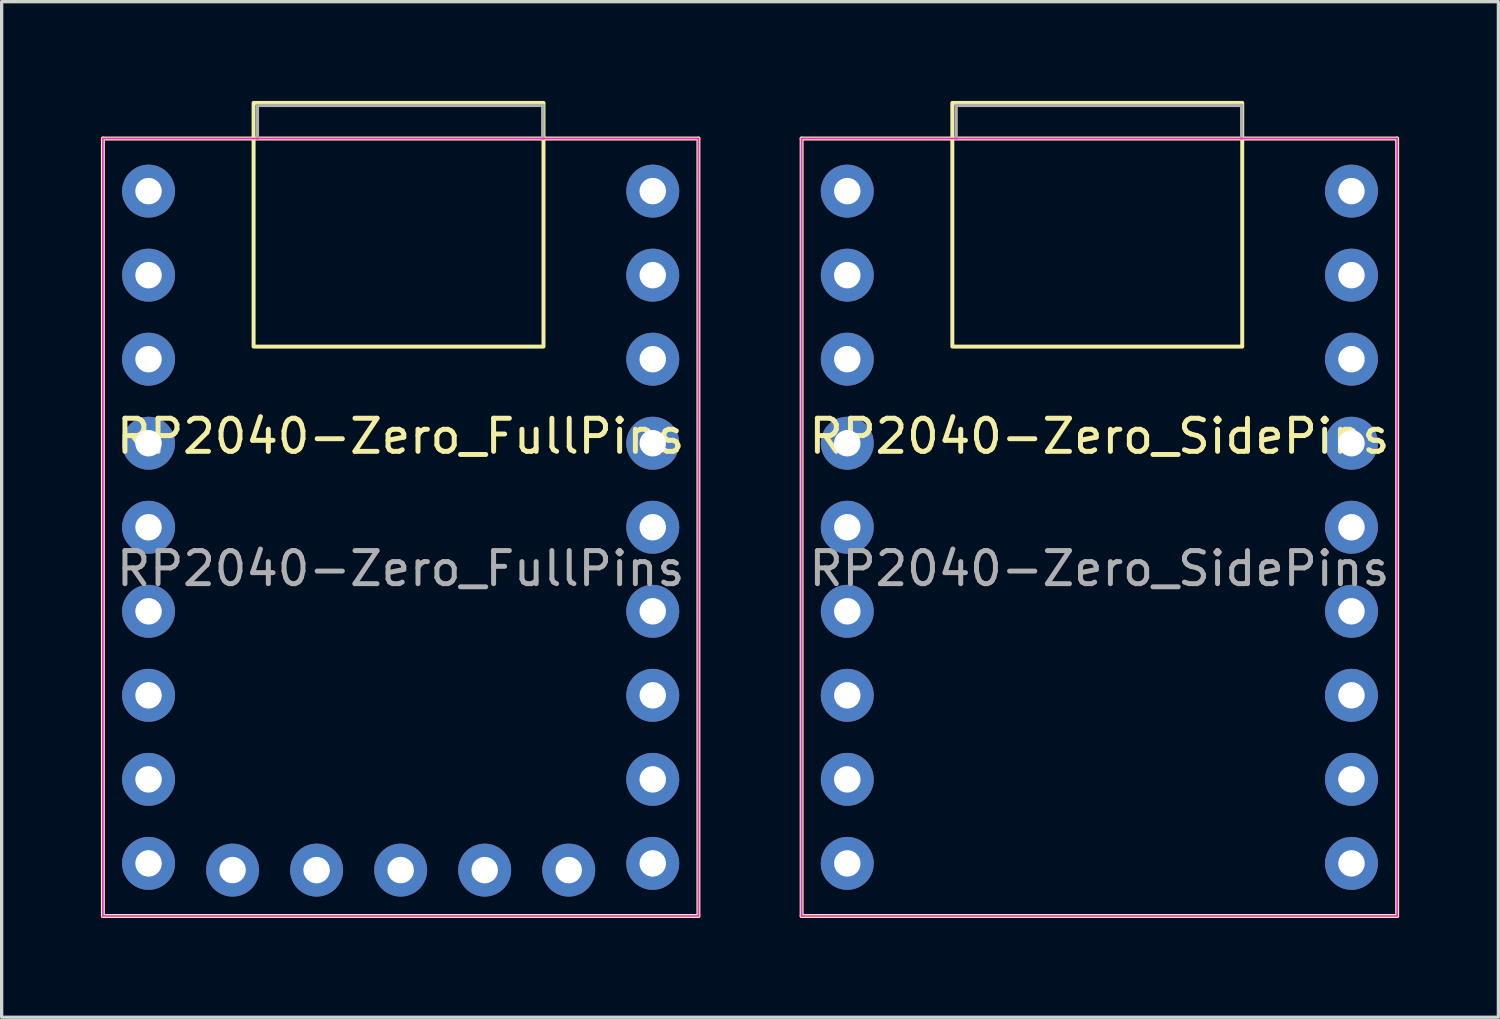
<source format=kicad_pcb>
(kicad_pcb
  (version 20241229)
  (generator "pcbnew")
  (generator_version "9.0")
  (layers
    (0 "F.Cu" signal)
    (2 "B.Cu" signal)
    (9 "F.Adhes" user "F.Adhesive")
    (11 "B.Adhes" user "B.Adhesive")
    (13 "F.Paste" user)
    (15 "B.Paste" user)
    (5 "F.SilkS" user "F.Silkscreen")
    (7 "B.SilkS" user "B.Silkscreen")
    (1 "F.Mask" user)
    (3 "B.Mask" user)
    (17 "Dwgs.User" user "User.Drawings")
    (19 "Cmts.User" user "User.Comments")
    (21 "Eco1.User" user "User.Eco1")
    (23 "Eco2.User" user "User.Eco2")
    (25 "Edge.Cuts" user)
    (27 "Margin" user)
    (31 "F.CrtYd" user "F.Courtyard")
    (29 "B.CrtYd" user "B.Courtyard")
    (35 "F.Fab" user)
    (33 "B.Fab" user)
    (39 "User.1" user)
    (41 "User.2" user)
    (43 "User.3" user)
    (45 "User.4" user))
  (footprint "RP2040-Zero_FullPins"
    (layer "F.Cu")
    (at 1.44 2.727)
    (property "Reference" "RP2040-Zero_FullPins" (at 7.62 7.41 0) (unlocked yes) (layer "F.SilkS") (effects (font (size 1 1) (thickness 0.15))))
    (attr through_hole)
    (fp_line (start -1.38 -1.59) (end -1.38 21.91) (stroke (width 0.12) (type solid)) (layer "F.SilkS"))
    (fp_line (start -1.38 21.91) (end 16.62 21.91) (stroke (width 0.12) (type solid)) (layer "F.SilkS"))
    (fp_line (start 16.62 -1.59) (end -1.38 -1.59) (stroke (width 0.12) (type solid)) (layer "F.SilkS"))
    (fp_line (start 16.62 21.91) (end 16.62 -1.59) (stroke (width 0.12) (type solid)) (layer "F.SilkS"))
    (fp_rect (start 3.175 -2.667) (end 11.938 4.699) (stroke (width 0.12) (type solid)) (fill no) (layer "F.SilkS"))
    (fp_line (start -1.38 -1.59) (end 16.62 -1.59) (stroke (width 0.05) (type solid)) (layer "F.CrtYd"))
    (fp_line (start -1.38 21.91) (end -1.38 -1.59) (stroke (width 0.05) (type solid)) (layer "F.CrtYd"))
    (fp_line (start 16.62 -1.59) (end 16.62 21.91) (stroke (width 0.05) (type solid)) (layer "F.CrtYd"))
    (fp_line (start 16.62 21.91) (end -1.38 21.91) (stroke (width 0.05) (type solid)) (layer "F.CrtYd"))
    (fp_line (start 3.29 -2.59) (end 3.29 -1.59) (stroke (width 0.1) (type solid)) (layer "F.Fab"))
    (fp_line (start 3.29 -2.59) (end 11.92 -2.59) (stroke (width 0.1) (type solid)) (layer "F.Fab"))
    (fp_line (start 11.92 -2.59) (end 11.92 -1.59) (stroke (width 0.1) (type solid)) (layer "F.Fab"))
    (fp_text user "${REFERENCE}" (at 7.62 11.41 0) (unlocked yes) (layer "F.Fab") (effects (font (size 1 1) (thickness 0.15))))
    (pad "1" thru_hole circle (at 15.24 0) (size 1.6 1.6) (drill 0.8) (layers "*.Cu" "*.Mask"))
    (pad "2" thru_hole circle (at 15.24 2.54) (size 1.6 1.6) (drill 0.8) (layers "*.Cu" "*.Mask"))
    (pad "3" thru_hole circle (at 15.24 5.08) (size 1.6 1.6) (drill 0.8) (layers "*.Cu" "*.Mask"))
    (pad "4" thru_hole circle (at 15.24 7.62) (size 1.6 1.6) (drill 0.8) (layers "*.Cu" "*.Mask"))
    (pad "5" thru_hole circle (at 15.24 10.16) (size 1.6 1.6) (drill 0.8) (layers "*.Cu" "*.Mask"))
    (pad "6" thru_hole circle (at 15.24 12.7) (size 1.6 1.6) (drill 0.8) (layers "*.Cu" "*.Mask"))
    (pad "7" thru_hole circle (at 15.24 15.24) (size 1.6 1.6) (drill 0.8) (layers "*.Cu" "*.Mask"))
    (pad "8" thru_hole circle (at 15.24 17.78) (size 1.6 1.6) (drill 0.8) (layers "*.Cu" "*.Mask"))
    (pad "9" thru_hole circle (at 15.24 20.32) (size 1.6 1.6) (drill 0.8) (layers "*.Cu" "*.Mask"))
    (pad "10" thru_hole circle (at 12.7 20.523) (size 1.6 1.6) (drill 0.8) (layers "*.Cu" "*.Mask"))
    (pad "11" thru_hole circle (at 10.16 20.523) (size 1.6 1.6) (drill 0.8) (layers "*.Cu" "*.Mask"))
    (pad "12" thru_hole circle (at 7.62 20.523) (size 1.6 1.6) (drill 0.8) (layers "*.Cu" "*.Mask"))
    (pad "13" thru_hole circle (at 5.08 20.523) (size 1.6 1.6) (drill 0.8) (layers "*.Cu" "*.Mask"))
    (pad "14" thru_hole circle (at 2.54 20.523) (size 1.6 1.6) (drill 0.8) (layers "*.Cu" "*.Mask"))
    (pad "15" thru_hole circle (at 0 20.32) (size 1.6 1.6) (drill 0.8) (layers "*.Cu" "*.Mask"))
    (pad "16" thru_hole circle (at 0 17.78) (size 1.6 1.6) (drill 0.8) (layers "*.Cu" "*.Mask"))
    (pad "17" thru_hole circle (at 0 15.24) (size 1.6 1.6) (drill 0.8) (layers "*.Cu" "*.Mask"))
    (pad "18" thru_hole circle (at 0 12.7) (size 1.6 1.6) (drill 0.8) (layers "*.Cu" "*.Mask"))
    (pad "19" thru_hole circle (at 0 10.16) (size 1.6 1.6) (drill 0.8) (layers "*.Cu" "*.Mask"))
    (pad "20" thru_hole circle (at 0 7.62) (size 1.6 1.6) (drill 0.8) (layers "*.Cu" "*.Mask"))
    (pad "21" thru_hole circle (at 0 5.08) (size 1.6 1.6) (drill 0.8) (layers "*.Cu" "*.Mask"))
    (pad "22" thru_hole circle (at 0 0) (size 1.6 1.6) (drill 0.8) (layers "*.Cu" "*.Mask"))
    (pad "23" thru_hole circle (at 0 2.54) (size 1.6 1.6) (drill 0.8) (layers "*.Cu" "*.Mask")))
  (footprint "RP2040-Zero_SidePins"
    (layer "F.Cu")
    (at 22.56 2.727)
    (property "Reference" "RP2040-Zero_SidePins" (at 7.62 7.41 0) (unlocked yes) (layer "F.SilkS") (effects (font (size 1 1) (thickness 0.15))))
    (attr through_hole)
    (fp_line (start -1.38 -1.59) (end -1.38 21.91) (stroke (width 0.12) (type solid)) (layer "F.SilkS"))
    (fp_line (start -1.38 21.91) (end 16.62 21.91) (stroke (width 0.12) (type solid)) (layer "F.SilkS"))
    (fp_line (start 16.62 -1.59) (end -1.38 -1.59) (stroke (width 0.12) (type solid)) (layer "F.SilkS"))
    (fp_line (start 16.62 21.91) (end 16.62 -1.59) (stroke (width 0.12) (type solid)) (layer "F.SilkS"))
    (fp_rect (start 3.175 -2.667) (end 11.938 4.699) (stroke (width 0.12) (type solid)) (fill no) (layer "F.SilkS"))
    (fp_line (start -1.38 -1.59) (end 16.62 -1.59) (stroke (width 0.05) (type solid)) (layer "F.CrtYd"))
    (fp_line (start -1.38 21.91) (end -1.38 -1.59) (stroke (width 0.05) (type solid)) (layer "F.CrtYd"))
    (fp_line (start 16.62 -1.59) (end 16.62 21.91) (stroke (width 0.05) (type solid)) (layer "F.CrtYd"))
    (fp_line (start 16.62 21.91) (end -1.38 21.91) (stroke (width 0.05) (type solid)) (layer "F.CrtYd"))
    (fp_line (start 3.29 -2.59) (end 3.29 -1.59) (stroke (width 0.1) (type solid)) (layer "F.Fab"))
    (fp_line (start 3.29 -2.59) (end 11.92 -2.59) (stroke (width 0.1) (type solid)) (layer "F.Fab"))
    (fp_line (start 11.92 -2.59) (end 11.92 -1.59) (stroke (width 0.1) (type solid)) (layer "F.Fab"))
    (fp_text user "${REFERENCE}" (at 7.62 11.41 0) (unlocked yes) (layer "F.Fab") (effects (font (size 1 1) (thickness 0.15))))
    (pad "1" thru_hole circle (at 15.24 0) (size 1.6 1.6) (drill 0.8) (layers "*.Cu" "*.Mask"))
    (pad "2" thru_hole circle (at 15.24 2.54) (size 1.6 1.6) (drill 0.8) (layers "*.Cu" "*.Mask"))
    (pad "3" thru_hole circle (at 15.24 5.08) (size 1.6 1.6) (drill 0.8) (layers "*.Cu" "*.Mask"))
    (pad "4" thru_hole circle (at 15.24 7.62) (size 1.6 1.6) (drill 0.8) (layers "*.Cu" "*.Mask"))
    (pad "5" thru_hole circle (at 15.24 10.16) (size 1.6 1.6) (drill 0.8) (layers "*.Cu" "*.Mask"))
    (pad "6" thru_hole circle (at 15.24 12.7) (size 1.6 1.6) (drill 0.8) (layers "*.Cu" "*.Mask"))
    (pad "7" thru_hole circle (at 15.24 15.24) (size 1.6 1.6) (drill 0.8) (layers "*.Cu" "*.Mask"))
    (pad "8" thru_hole circle (at 15.24 17.78) (size 1.6 1.6) (drill 0.8) (layers "*.Cu" "*.Mask"))
    (pad "9" thru_hole circle (at 15.24 20.32) (size 1.6 1.6) (drill 0.8) (layers "*.Cu" "*.Mask"))
    (pad "15" thru_hole circle (at 0 20.32) (size 1.6 1.6) (drill 0.8) (layers "*.Cu" "*.Mask"))
    (pad "16" thru_hole circle (at 0 17.78) (size 1.6 1.6) (drill 0.8) (layers "*.Cu" "*.Mask"))
    (pad "17" thru_hole circle (at 0 15.24) (size 1.6 1.6) (drill 0.8) (layers "*.Cu" "*.Mask"))
    (pad "18" thru_hole circle (at 0 12.7) (size 1.6 1.6) (drill 0.8) (layers "*.Cu" "*.Mask"))
    (pad "19" thru_hole circle (at 0 10.16) (size 1.6 1.6) (drill 0.8) (layers "*.Cu" "*.Mask"))
    (pad "20" thru_hole circle (at 0 7.62) (size 1.6 1.6) (drill 0.8) (layers "*.Cu" "*.Mask"))
    (pad "21" thru_hole circle (at 0 5.08) (size 1.6 1.6) (drill 0.8) (layers "*.Cu" "*.Mask"))
    (pad "22" thru_hole circle (at 0 0) (size 1.6 1.6) (drill 0.8) (layers "*.Cu" "*.Mask"))
    (pad "23" thru_hole circle (at 0 2.54) (size 1.6 1.6) (drill 0.8) (layers "*.Cu" "*.Mask")))
  (gr_rect
    (start -3 -3)
    (end 42.24 27.697)
    (stroke (width 0.1) (type default))
    (fill no)
    (layer "Edge.Cuts")))
</source>
